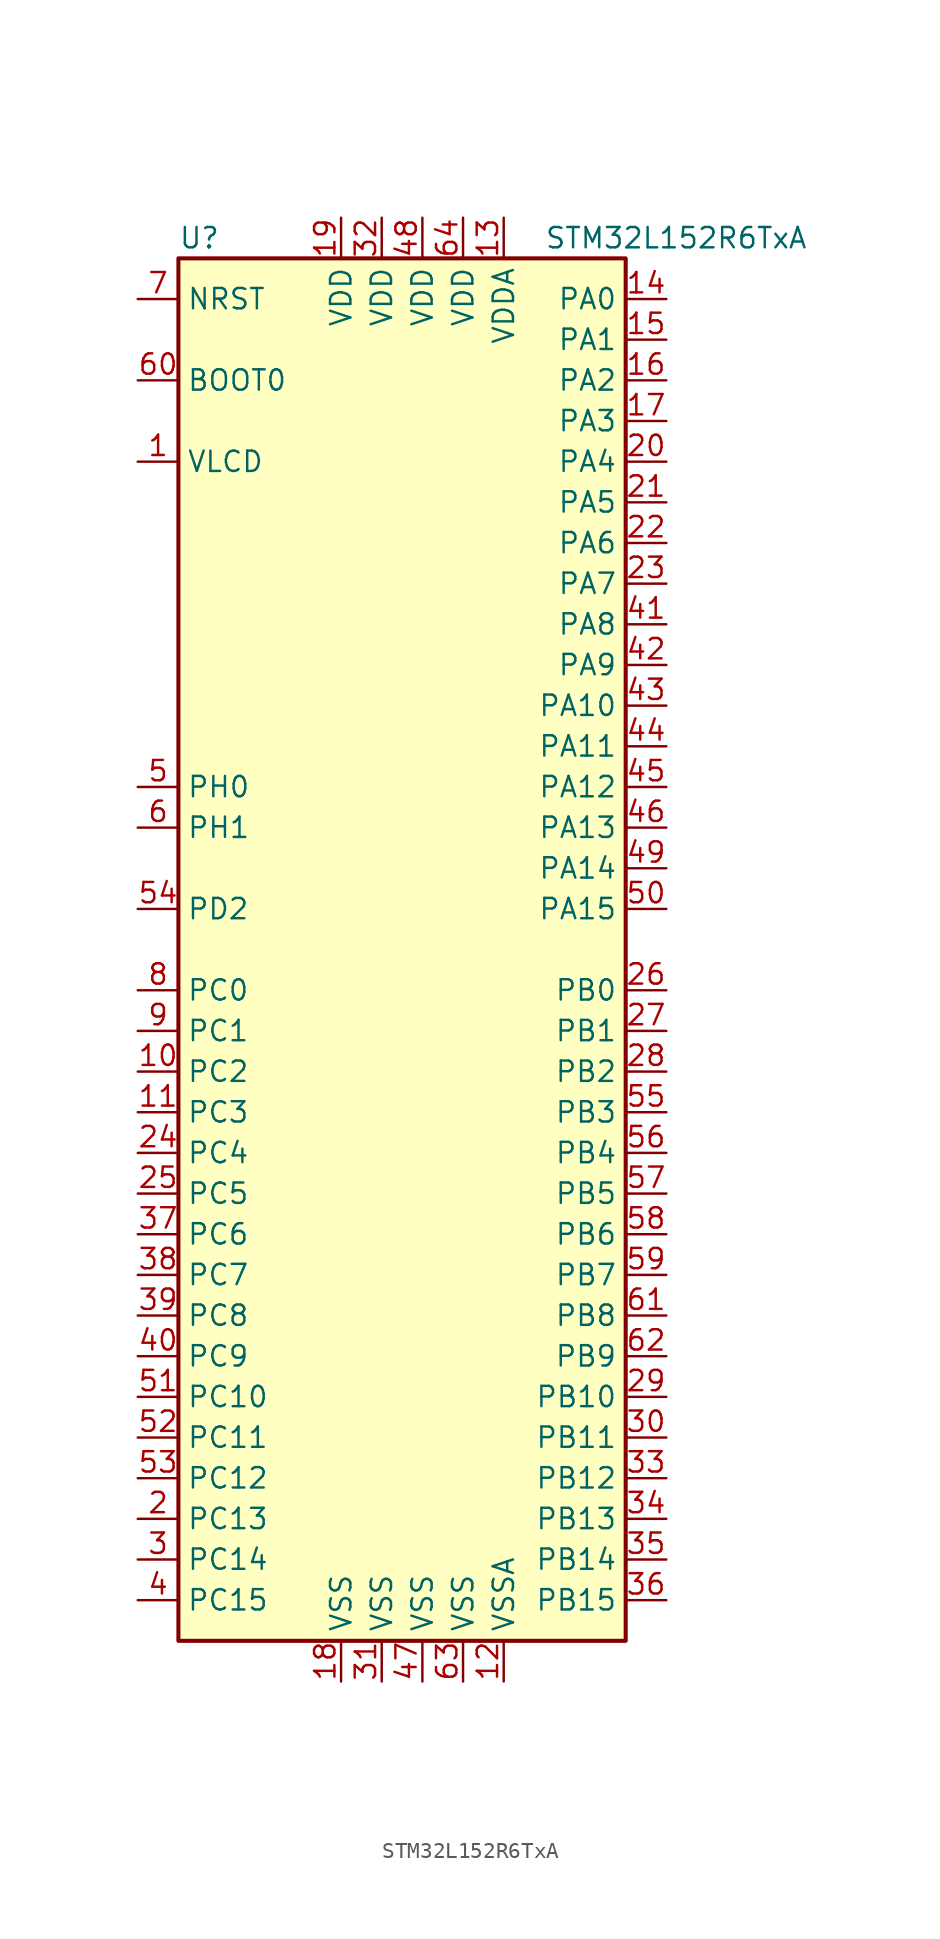
<source format=kicad_sym>
(kicad_symbol_lib
  (version 20201005)
  (generator kicad_symbol_editor)
  (symbol "STM32L152R6TxA"
    (property "Reference" "U"
      (at -15.24 44.45 0)
      (effects (font (size 1.27 1.27)) (justify left)))
    (property "Value" "STM32L152R6TxA"
      (at 7.62 44.45 0)
      (effects (font (size 1.27 1.27)) (justify left)))
    (symbol "STM32L152R6TxA_0_1"
      (rectangle (start -15.24 -43.18) (end 12.7 43.18) (stroke (width 0.254)) (fill (type background))))
    (symbol "STM32L152R6TxA_1_1"
      (pin power_in line (at -17.78 30.48 0) (length 2.54) (name "VLCD" (effects (font (size 1.27 1.27)))) (number "1" (effects (font (size 1.27 1.27)))))
      (pin bidirectional line (at -17.78 -7.62 0) (length 2.54) (name "PC2" (effects (font (size 1.27 1.27)))) (number "10" (effects (font (size 1.27 1.27)))))
      (pin bidirectional line (at -17.78 -10.16 0) (length 2.54) (name "PC3" (effects (font (size 1.27 1.27)))) (number "11" (effects (font (size 1.27 1.27)))))
      (pin power_in line (at 5.08 -45.72 90) (length 2.54) (name "VSSA" (effects (font (size 1.27 1.27)))) (number "12" (effects (font (size 1.27 1.27)))))
      (pin power_in line (at 5.08 45.72 270) (length 2.54) (name "VDDA" (effects (font (size 1.27 1.27)))) (number "13" (effects (font (size 1.27 1.27)))))
      (pin bidirectional line (at 15.24 40.64 180) (length 2.54) (name "PA0" (effects (font (size 1.27 1.27)))) (number "14" (effects (font (size 1.27 1.27)))))
      (pin bidirectional line (at 15.24 38.1 180) (length 2.54) (name "PA1" (effects (font (size 1.27 1.27)))) (number "15" (effects (font (size 1.27 1.27)))))
      (pin bidirectional line (at 15.24 35.56 180) (length 2.54) (name "PA2" (effects (font (size 1.27 1.27)))) (number "16" (effects (font (size 1.27 1.27)))))
      (pin bidirectional line (at 15.24 33.02 180) (length 2.54) (name "PA3" (effects (font (size 1.27 1.27)))) (number "17" (effects (font (size 1.27 1.27)))))
      (pin power_in line (at -5.08 -45.72 90) (length 2.54) (name "VSS" (effects (font (size 1.27 1.27)))) (number "18" (effects (font (size 1.27 1.27)))))
      (pin power_in line (at -5.08 45.72 270) (length 2.54) (name "VDD" (effects (font (size 1.27 1.27)))) (number "19" (effects (font (size 1.27 1.27)))))
      (pin bidirectional line (at -17.78 -35.56 0) (length 2.54) (name "PC13" (effects (font (size 1.27 1.27)))) (number "2" (effects (font (size 1.27 1.27)))))
      (pin bidirectional line (at 15.24 30.48 180) (length 2.54) (name "PA4" (effects (font (size 1.27 1.27)))) (number "20" (effects (font (size 1.27 1.27)))))
      (pin bidirectional line (at 15.24 27.94 180) (length 2.54) (name "PA5" (effects (font (size 1.27 1.27)))) (number "21" (effects (font (size 1.27 1.27)))))
      (pin bidirectional line (at 15.24 25.4 180) (length 2.54) (name "PA6" (effects (font (size 1.27 1.27)))) (number "22" (effects (font (size 1.27 1.27)))))
      (pin bidirectional line (at 15.24 22.86 180) (length 2.54) (name "PA7" (effects (font (size 1.27 1.27)))) (number "23" (effects (font (size 1.27 1.27)))))
      (pin bidirectional line (at -17.78 -12.7 0) (length 2.54) (name "PC4" (effects (font (size 1.27 1.27)))) (number "24" (effects (font (size 1.27 1.27)))))
      (pin bidirectional line (at -17.78 -15.24 0) (length 2.54) (name "PC5" (effects (font (size 1.27 1.27)))) (number "25" (effects (font (size 1.27 1.27)))))
      (pin bidirectional line (at 15.24 -2.54 180) (length 2.54) (name "PB0" (effects (font (size 1.27 1.27)))) (number "26" (effects (font (size 1.27 1.27)))))
      (pin bidirectional line (at 15.24 -5.08 180) (length 2.54) (name "PB1" (effects (font (size 1.27 1.27)))) (number "27" (effects (font (size 1.27 1.27)))))
      (pin bidirectional line (at 15.24 -7.62 180) (length 2.54) (name "PB2" (effects (font (size 1.27 1.27)))) (number "28" (effects (font (size 1.27 1.27)))))
      (pin bidirectional line (at 15.24 -27.94 180) (length 2.54) (name "PB10" (effects (font (size 1.27 1.27)))) (number "29" (effects (font (size 1.27 1.27)))))
      (pin bidirectional line (at -17.78 -38.1 0) (length 2.54) (name "PC14" (effects (font (size 1.27 1.27)))) (number "3" (effects (font (size 1.27 1.27)))))
      (pin bidirectional line (at 15.24 -30.48 180) (length 2.54) (name "PB11" (effects (font (size 1.27 1.27)))) (number "30" (effects (font (size 1.27 1.27)))))
      (pin power_in line (at -2.54 -45.72 90) (length 2.54) (name "VSS" (effects (font (size 1.27 1.27)))) (number "31" (effects (font (size 1.27 1.27)))))
      (pin power_in line (at -2.54 45.72 270) (length 2.54) (name "VDD" (effects (font (size 1.27 1.27)))) (number "32" (effects (font (size 1.27 1.27)))))
      (pin bidirectional line (at 15.24 -33.02 180) (length 2.54) (name "PB12" (effects (font (size 1.27 1.27)))) (number "33" (effects (font (size 1.27 1.27)))))
      (pin bidirectional line (at 15.24 -35.56 180) (length 2.54) (name "PB13" (effects (font (size 1.27 1.27)))) (number "34" (effects (font (size 1.27 1.27)))))
      (pin bidirectional line (at 15.24 -38.1 180) (length 2.54) (name "PB14" (effects (font (size 1.27 1.27)))) (number "35" (effects (font (size 1.27 1.27)))))
      (pin bidirectional line (at 15.24 -40.64 180) (length 2.54) (name "PB15" (effects (font (size 1.27 1.27)))) (number "36" (effects (font (size 1.27 1.27)))))
      (pin bidirectional line (at -17.78 -17.78 0) (length 2.54) (name "PC6" (effects (font (size 1.27 1.27)))) (number "37" (effects (font (size 1.27 1.27)))))
      (pin bidirectional line (at -17.78 -20.32 0) (length 2.54) (name "PC7" (effects (font (size 1.27 1.27)))) (number "38" (effects (font (size 1.27 1.27)))))
      (pin bidirectional line (at -17.78 -22.86 0) (length 2.54) (name "PC8" (effects (font (size 1.27 1.27)))) (number "39" (effects (font (size 1.27 1.27)))))
      (pin bidirectional line (at -17.78 -40.64 0) (length 2.54) (name "PC15" (effects (font (size 1.27 1.27)))) (number "4" (effects (font (size 1.27 1.27)))))
      (pin bidirectional line (at -17.78 -25.4 0) (length 2.54) (name "PC9" (effects (font (size 1.27 1.27)))) (number "40" (effects (font (size 1.27 1.27)))))
      (pin bidirectional line (at 15.24 20.32 180) (length 2.54) (name "PA8" (effects (font (size 1.27 1.27)))) (number "41" (effects (font (size 1.27 1.27)))))
      (pin bidirectional line (at 15.24 17.78 180) (length 2.54) (name "PA9" (effects (font (size 1.27 1.27)))) (number "42" (effects (font (size 1.27 1.27)))))
      (pin bidirectional line (at 15.24 15.24 180) (length 2.54) (name "PA10" (effects (font (size 1.27 1.27)))) (number "43" (effects (font (size 1.27 1.27)))))
      (pin bidirectional line (at 15.24 12.7 180) (length 2.54) (name "PA11" (effects (font (size 1.27 1.27)))) (number "44" (effects (font (size 1.27 1.27)))))
      (pin bidirectional line (at 15.24 10.16 180) (length 2.54) (name "PA12" (effects (font (size 1.27 1.27)))) (number "45" (effects (font (size 1.27 1.27)))))
      (pin bidirectional line (at 15.24 7.62 180) (length 2.54) (name "PA13" (effects (font (size 1.27 1.27)))) (number "46" (effects (font (size 1.27 1.27)))))
      (pin power_in line (at 0 -45.72 90) (length 2.54) (name "VSS" (effects (font (size 1.27 1.27)))) (number "47" (effects (font (size 1.27 1.27)))))
      (pin power_in line (at 0 45.72 270) (length 2.54) (name "VDD" (effects (font (size 1.27 1.27)))) (number "48" (effects (font (size 1.27 1.27)))))
      (pin bidirectional line (at 15.24 5.08 180) (length 2.54) (name "PA14" (effects (font (size 1.27 1.27)))) (number "49" (effects (font (size 1.27 1.27)))))
      (pin input line (at -17.78 10.16 0) (length 2.54) (name "PH0" (effects (font (size 1.27 1.27)))) (number "5" (effects (font (size 1.27 1.27)))))
      (pin bidirectional line (at 15.24 2.54 180) (length 2.54) (name "PA15" (effects (font (size 1.27 1.27)))) (number "50" (effects (font (size 1.27 1.27)))))
      (pin bidirectional line (at -17.78 -27.94 0) (length 2.54) (name "PC10" (effects (font (size 1.27 1.27)))) (number "51" (effects (font (size 1.27 1.27)))))
      (pin bidirectional line (at -17.78 -30.48 0) (length 2.54) (name "PC11" (effects (font (size 1.27 1.27)))) (number "52" (effects (font (size 1.27 1.27)))))
      (pin bidirectional line (at -17.78 -33.02 0) (length 2.54) (name "PC12" (effects (font (size 1.27 1.27)))) (number "53" (effects (font (size 1.27 1.27)))))
      (pin bidirectional line (at -17.78 2.54 0) (length 2.54) (name "PD2" (effects (font (size 1.27 1.27)))) (number "54" (effects (font (size 1.27 1.27)))))
      (pin bidirectional line (at 15.24 -10.16 180) (length 2.54) (name "PB3" (effects (font (size 1.27 1.27)))) (number "55" (effects (font (size 1.27 1.27)))))
      (pin bidirectional line (at 15.24 -12.7 180) (length 2.54) (name "PB4" (effects (font (size 1.27 1.27)))) (number "56" (effects (font (size 1.27 1.27)))))
      (pin bidirectional line (at 15.24 -15.24 180) (length 2.54) (name "PB5" (effects (font (size 1.27 1.27)))) (number "57" (effects (font (size 1.27 1.27)))))
      (pin bidirectional line (at 15.24 -17.78 180) (length 2.54) (name "PB6" (effects (font (size 1.27 1.27)))) (number "58" (effects (font (size 1.27 1.27)))))
      (pin bidirectional line (at 15.24 -20.32 180) (length 2.54) (name "PB7" (effects (font (size 1.27 1.27)))) (number "59" (effects (font (size 1.27 1.27)))))
      (pin input line (at -17.78 7.62 0) (length 2.54) (name "PH1" (effects (font (size 1.27 1.27)))) (number "6" (effects (font (size 1.27 1.27)))))
      (pin input line (at -17.78 35.56 0) (length 2.54) (name "BOOT0" (effects (font (size 1.27 1.27)))) (number "60" (effects (font (size 1.27 1.27)))))
      (pin bidirectional line (at 15.24 -22.86 180) (length 2.54) (name "PB8" (effects (font (size 1.27 1.27)))) (number "61" (effects (font (size 1.27 1.27)))))
      (pin bidirectional line (at 15.24 -25.4 180) (length 2.54) (name "PB9" (effects (font (size 1.27 1.27)))) (number "62" (effects (font (size 1.27 1.27)))))
      (pin power_in line (at 2.54 -45.72 90) (length 2.54) (name "VSS" (effects (font (size 1.27 1.27)))) (number "63" (effects (font (size 1.27 1.27)))))
      (pin power_in line (at 2.54 45.72 270) (length 2.54) (name "VDD" (effects (font (size 1.27 1.27)))) (number "64" (effects (font (size 1.27 1.27)))))
      (pin input line (at -17.78 40.64 0) (length 2.54) (name "NRST" (effects (font (size 1.27 1.27)))) (number "7" (effects (font (size 1.27 1.27)))))
      (pin bidirectional line (at -17.78 -2.54 0) (length 2.54) (name "PC0" (effects (font (size 1.27 1.27)))) (number "8" (effects (font (size 1.27 1.27)))))
      (pin bidirectional line (at -17.78 -5.08 0) (length 2.54) (name "PC1" (effects (font (size 1.27 1.27)))) (number "9" (effects (font (size 1.27 1.27))))))))
</source>
